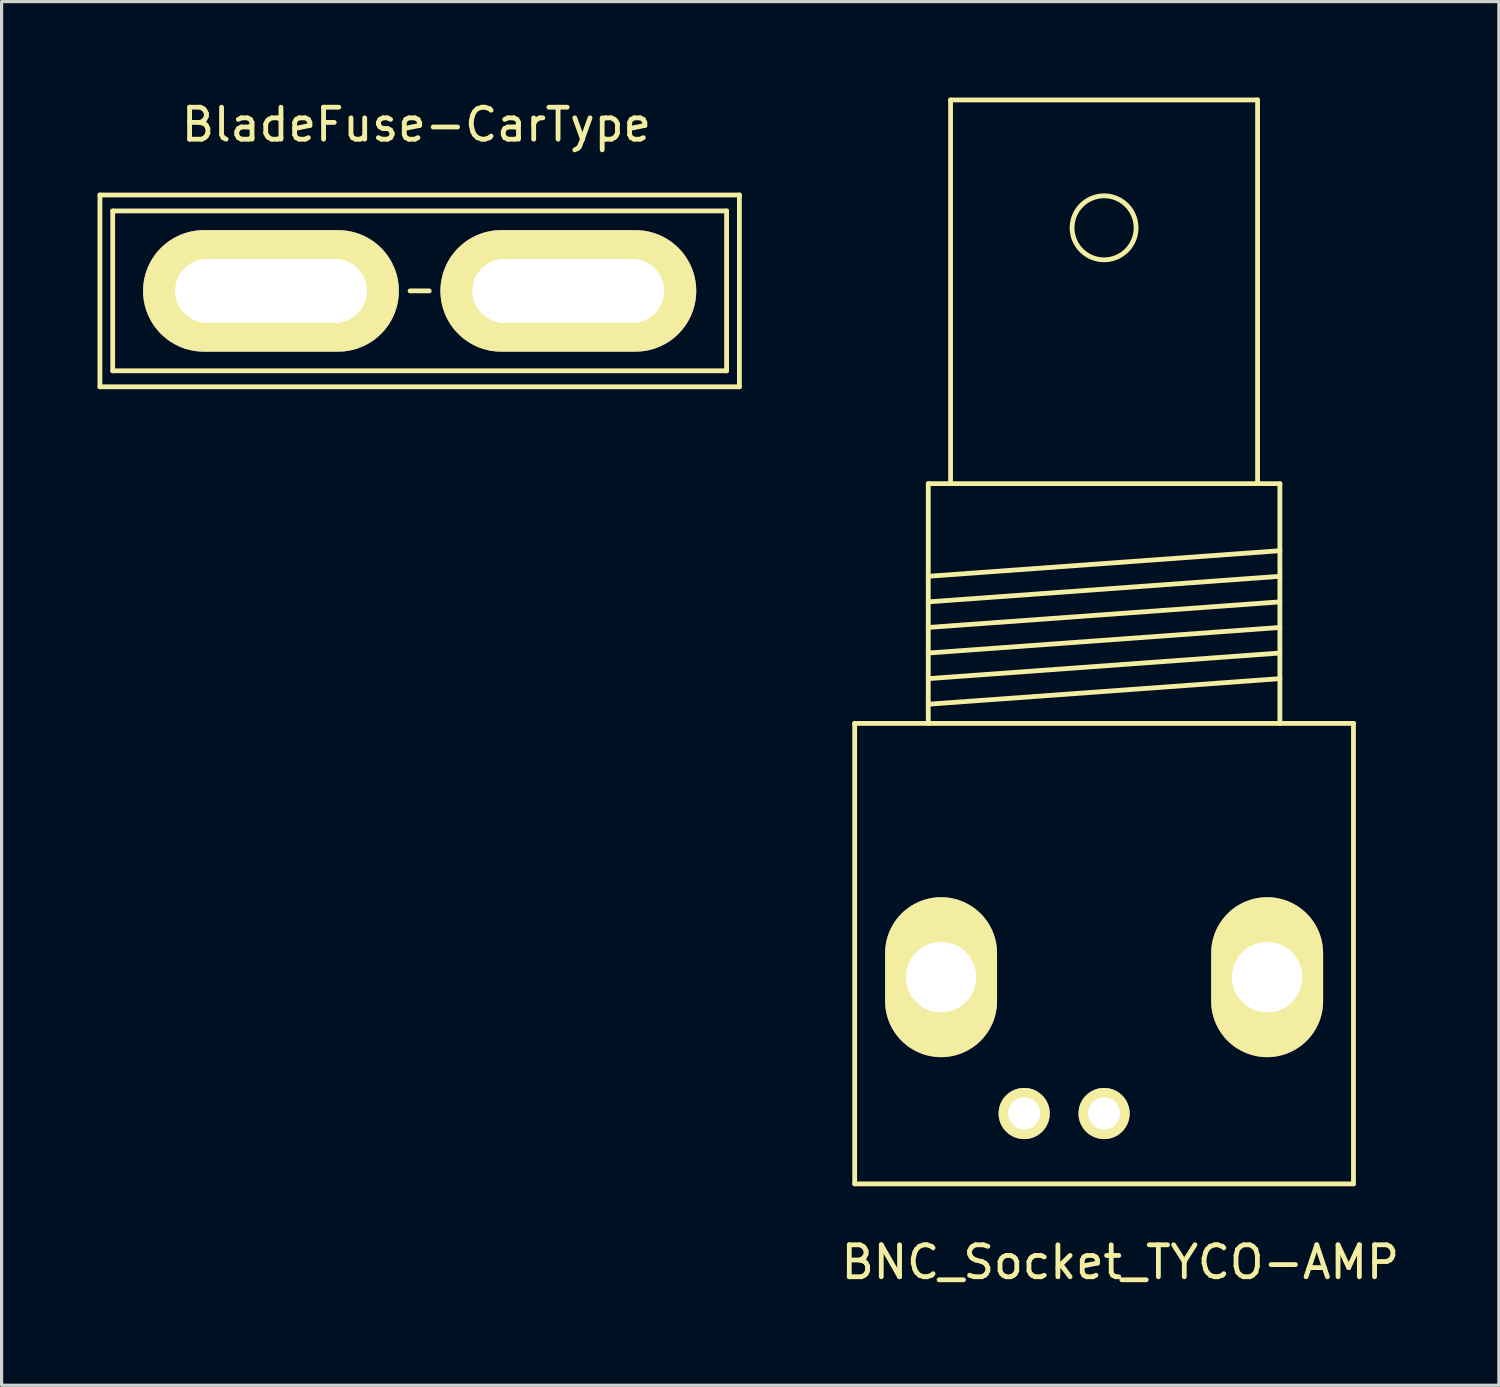
<source format=kicad_pcb>
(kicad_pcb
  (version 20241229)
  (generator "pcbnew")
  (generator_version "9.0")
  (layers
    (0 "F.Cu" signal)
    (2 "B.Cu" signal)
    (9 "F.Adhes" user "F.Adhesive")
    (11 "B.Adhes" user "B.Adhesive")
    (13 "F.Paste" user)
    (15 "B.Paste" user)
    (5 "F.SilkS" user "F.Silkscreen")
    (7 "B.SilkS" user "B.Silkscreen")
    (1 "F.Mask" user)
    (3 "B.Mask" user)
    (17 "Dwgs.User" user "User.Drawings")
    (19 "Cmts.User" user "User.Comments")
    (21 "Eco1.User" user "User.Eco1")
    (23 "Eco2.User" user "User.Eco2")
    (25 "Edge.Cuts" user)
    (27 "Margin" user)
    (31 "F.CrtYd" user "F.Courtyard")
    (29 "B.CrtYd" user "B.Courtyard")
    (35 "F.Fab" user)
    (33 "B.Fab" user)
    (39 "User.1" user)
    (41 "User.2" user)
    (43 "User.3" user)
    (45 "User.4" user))
  (footprint "BladeFuse-CarType"
    (layer "F.Cu")
    (at 10.075 6.048)
    (property "Reference" "BladeFuse-CarType" (at -0.1 -5.2 0) (layer "F.SilkS") (effects (font (size 1 1) (thickness 0.15))))
    (attr through_hole)
    (fp_line (start -10 -3) (end 10 -3) (stroke (width 0.15) (type solid)) (layer "F.SilkS"))
    (fp_line (start -10 3) (end -10 -3) (stroke (width 0.15) (type solid)) (layer "F.SilkS"))
    (fp_line (start -9.6 -2.5) (end 9.6 -2.5) (stroke (width 0.15) (type solid)) (layer "F.SilkS"))
    (fp_line (start -9.6 2.5) (end -9.6 -2.5) (stroke (width 0.15) (type solid)) (layer "F.SilkS"))
    (fp_line (start 0.3 0) (end -0.3 0) (stroke (width 0.15) (type solid)) (layer "F.SilkS"))
    (fp_line (start 9.6 -2.5) (end 9.6 2.5) (stroke (width 0.15) (type solid)) (layer "F.SilkS"))
    (fp_line (start 9.6 2.5) (end -9.6 2.5) (stroke (width 0.15) (type solid)) (layer "F.SilkS"))
    (fp_line (start 10 -3) (end 10 3) (stroke (width 0.15) (type solid)) (layer "F.SilkS"))
    (fp_line (start 10 3) (end -10 3) (stroke (width 0.15) (type solid)) (layer "F.SilkS"))
    (pad "1" thru_hole oval (at -4.65 0) (size 8 3.8) (drill oval 6 2) (layers "*.Cu" "*.Mask" "F.SilkS"))
    (pad "2" thru_hole oval (at 4.65 0) (size 8 3.8) (drill oval 6 2) (layers "*.Cu" "*.Mask" "F.SilkS")))
  (footprint "BNC_Socket_TYCO-AMP"
    (layer "F.Cu")
    (at 31.481 26.775)
    (property "Reference" "BNC_Socket_TYCO-AMP" (at 0.508 9.652 0) (layer "F.SilkS") (effects (font (size 1 1) (thickness 0.15))))
    (attr through_hole)
    (fp_line (start -7.8 -7.201) (end -7.8 7.201) (stroke (width 0.15) (type solid)) (layer "F.SilkS"))
    (fp_line (start -7.8 7.201) (end 7.8 7.201) (stroke (width 0.15) (type solid)) (layer "F.SilkS"))
    (fp_line (start -5.499 -14.699) (end -5.499 -7.201) (stroke (width 0.15) (type solid)) (layer "F.SilkS"))
    (fp_line (start -5.499 -11.801) (end 5.499 -12.601) (stroke (width 0.15) (type solid)) (layer "F.SilkS"))
    (fp_line (start -5.499 -11.001) (end 5.499 -11.801) (stroke (width 0.15) (type solid)) (layer "F.SilkS"))
    (fp_line (start -5.499 -10.201) (end 5.499 -11.001) (stroke (width 0.15) (type solid)) (layer "F.SilkS"))
    (fp_line (start -5.499 -9.401) (end 5.499 -10.201) (stroke (width 0.15) (type solid)) (layer "F.SilkS"))
    (fp_line (start -5.499 -8.6) (end 5.499 -9.401) (stroke (width 0.15) (type solid)) (layer "F.SilkS"))
    (fp_line (start -5.499 -7.8) (end 5.499 -8.6) (stroke (width 0.15) (type solid)) (layer "F.SilkS"))
    (fp_line (start -4.801 -26.7) (end -4.801 -14.699) (stroke (width 0.15) (type solid)) (layer "F.SilkS"))
    (fp_line (start 4.801 -26.7) (end -4.801 -26.7) (stroke (width 0.15) (type solid)) (layer "F.SilkS"))
    (fp_line (start 4.801 -14.699) (end 4.801 -26.7) (stroke (width 0.15) (type solid)) (layer "F.SilkS"))
    (fp_line (start 5.499 -14.699) (end -5.499 -14.699) (stroke (width 0.15) (type solid)) (layer "F.SilkS"))
    (fp_line (start 5.499 -7.201) (end 5.499 -14.699) (stroke (width 0.15) (type solid)) (layer "F.SilkS"))
    (fp_line (start 7.8 -7.201) (end -7.8 -7.201) (stroke (width 0.15) (type solid)) (layer "F.SilkS"))
    (fp_line (start 7.8 7.201) (end 7.8 -7.201) (stroke (width 0.15) (type solid)) (layer "F.SilkS"))
    (fp_circle (center 0 -22.7) (end 1.001 -22.7) (stroke (width 0.15) (type solid)) (fill no) (layer "F.SilkS"))
    (pad "1" thru_hole circle (at 0 5.001) (size 1.6 1.6) (drill 1.001) (layers "*.Cu" "*.Mask" "F.SilkS"))
    (pad "2" thru_hole oval (at -5.098 0.737) (size 3.5 5.001) (drill 2.2) (layers "*.Cu" "*.Mask" "F.SilkS"))
    (pad "2" thru_hole circle (at -2.499 5.001) (size 1.6 1.6) (drill 1.001) (layers "*.Cu" "*.Mask" "F.SilkS"))
    (pad "2" thru_hole oval (at 5.1 0.737) (size 3.5 5.001) (drill 2.2) (layers "*.Cu" "*.Mask" "F.SilkS")))
  (gr_rect
    (start -3 -3)
    (end 43.829 40.276)
    (stroke (width 0.1) (type default))
    (fill no)
    (layer "Edge.Cuts")))
</source>
